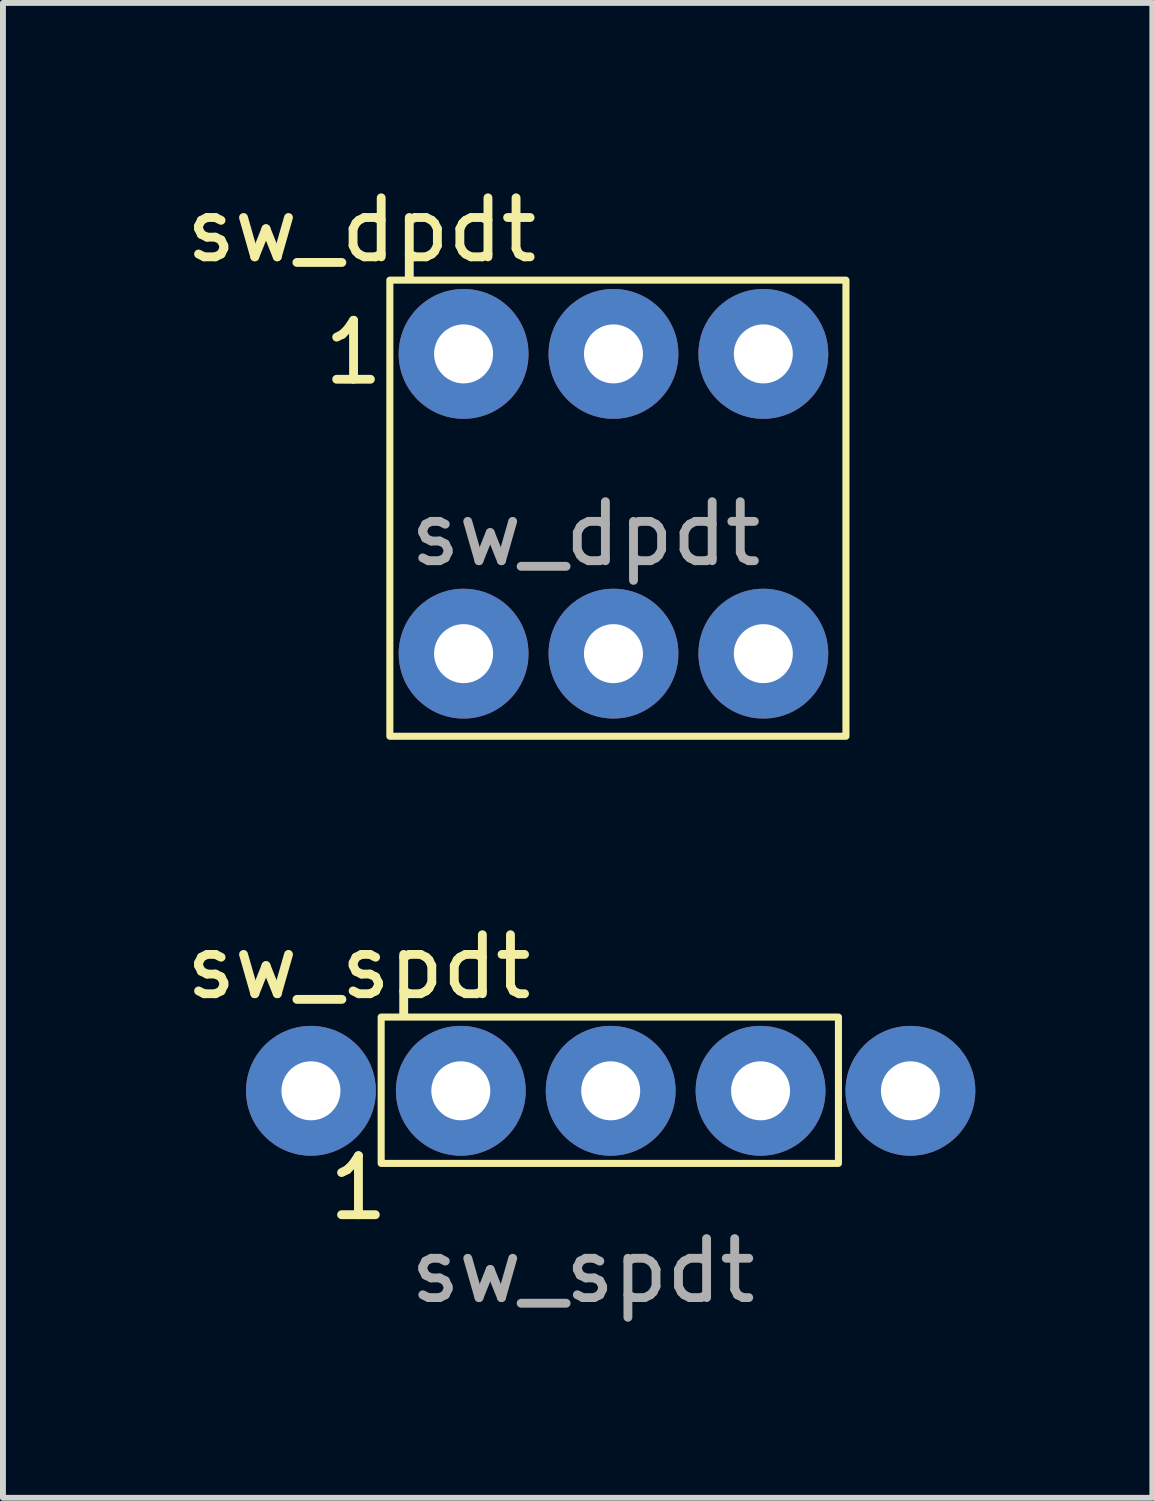
<source format=kicad_pcb>
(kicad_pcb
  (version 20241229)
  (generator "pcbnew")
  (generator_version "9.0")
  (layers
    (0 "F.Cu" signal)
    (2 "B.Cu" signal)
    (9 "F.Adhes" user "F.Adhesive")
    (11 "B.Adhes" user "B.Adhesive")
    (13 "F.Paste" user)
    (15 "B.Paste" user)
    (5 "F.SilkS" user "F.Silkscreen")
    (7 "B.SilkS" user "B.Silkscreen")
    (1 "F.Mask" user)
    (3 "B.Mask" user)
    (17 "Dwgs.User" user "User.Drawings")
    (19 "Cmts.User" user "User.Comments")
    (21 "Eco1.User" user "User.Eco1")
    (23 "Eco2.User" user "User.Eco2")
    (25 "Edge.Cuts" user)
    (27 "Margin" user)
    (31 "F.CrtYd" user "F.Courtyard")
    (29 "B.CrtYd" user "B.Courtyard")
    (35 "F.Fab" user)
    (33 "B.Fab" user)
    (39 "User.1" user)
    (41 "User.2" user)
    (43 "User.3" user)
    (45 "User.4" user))
  (footprint "sw_dpdt"
    (layer "F.Cu")
    (at 4.807 2.948)
    (property "Reference" "sw_dpdt" (at -1.73 -2.1 0) (unlocked yes) (layer "F.SilkS") (effects (font (size 1 1) (thickness 0.15))))
    (attr through_hole)
    (fp_rect (start -1.25 -1.25) (end 6.48 6.48) (stroke (width 0.12) (type default)) (fill no) (layer "F.SilkS"))
    (fp_text user "1" (at -2.44 0.56 0) (unlocked yes) (layer "F.SilkS") (effects (font (size 1 1) (thickness 0.15)) (justify left bottom)))
    (fp_text user "${REFERENCE}" (at 2.07 3.05 0) (unlocked yes) (layer "F.Fab") (effects (font (size 1 1) (thickness 0.15))))
    (pad "1" thru_hole circle (at 0 0) (size 2.2 2.2) (drill 1) (layers "*.Cu" "*.Mask"))
    (pad "2" thru_hole circle (at 2.54 0) (size 2.2 2.2) (drill 1) (layers "*.Cu" "*.Mask"))
    (pad "3" thru_hole circle (at 5.08 0) (size 2.2 2.2) (drill 1) (layers "*.Cu" "*.Mask"))
    (pad "4" thru_hole circle (at 0 5.08) (size 2.2 2.2) (drill 1) (layers "*.Cu" "*.Mask"))
    (pad "5" thru_hole circle (at 2.54 5.08) (size 2.2 2.2) (drill 1) (layers "*.Cu" "*.Mask"))
    (pad "6" thru_hole circle (at 5.08 5.08) (size 2.2 2.2) (drill 1) (layers "*.Cu" "*.Mask")))
  (footprint "sw_spdt"
    (layer "F.Cu")
    (at 4.76 15.437)
    (property "Reference" "sw_spdt" (at -1.73 -2.1 0) (unlocked yes) (layer "F.SilkS") (effects (font (size 1 1) (thickness 0.15))))
    (attr through_hole)
    (fp_rect (start -1.35 -1.25) (end 6.4 1.23) (stroke (width 0.12) (type default)) (fill no) (layer "F.SilkS"))
    (fp_text user "1" (at -2.31 2.23 0) (unlocked yes) (layer "F.SilkS") (effects (font (size 1 1) (thickness 0.15)) (justify left bottom)))
    (fp_text user "${REFERENCE}" (at 2.07 3.05 0) (unlocked yes) (layer "F.Fab") (effects (font (size 1 1) (thickness 0.15))))
    (pad "" thru_hole circle (at -2.54 0) (size 2.2 2.2) (drill 1) (layers "*.Cu" "*.Mask"))
    (pad "" thru_hole circle (at 7.62 0) (size 2.2 2.2) (drill 1) (layers "*.Cu" "*.Mask"))
    (pad "1" thru_hole circle (at 0 0) (size 2.2 2.2) (drill 1) (layers "*.Cu" "*.Mask"))
    (pad "2" thru_hole circle (at 2.54 0) (size 2.2 2.2) (drill 1) (layers "*.Cu" "*.Mask"))
    (pad "3" thru_hole circle (at 5.08 0) (size 2.2 2.2) (drill 1) (layers "*.Cu" "*.Mask")))
  (gr_rect
    (start -3 -3)
    (end 16.48 22.335)
    (stroke (width 0.1) (type default))
    (fill no)
    (layer "Edge.Cuts")))
</source>
